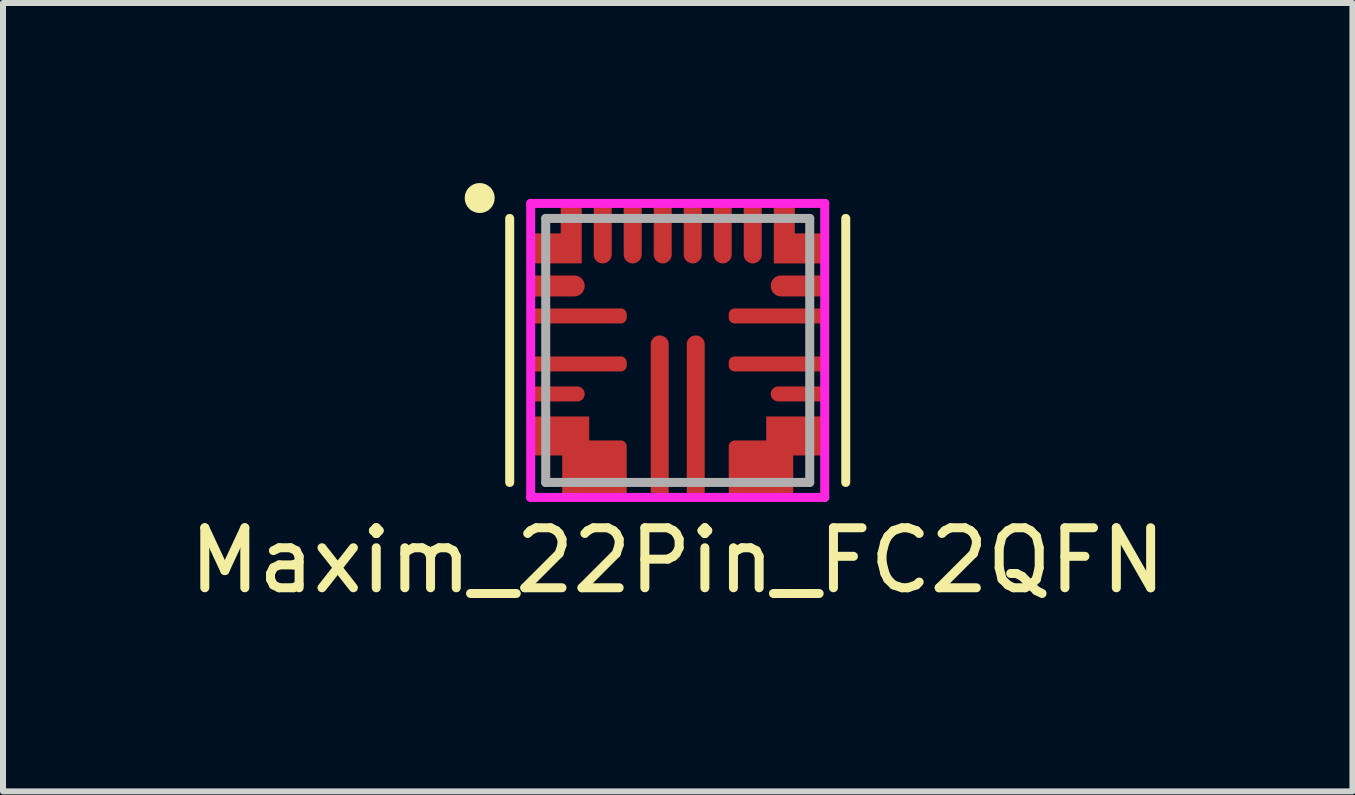
<source format=kicad_pcb>
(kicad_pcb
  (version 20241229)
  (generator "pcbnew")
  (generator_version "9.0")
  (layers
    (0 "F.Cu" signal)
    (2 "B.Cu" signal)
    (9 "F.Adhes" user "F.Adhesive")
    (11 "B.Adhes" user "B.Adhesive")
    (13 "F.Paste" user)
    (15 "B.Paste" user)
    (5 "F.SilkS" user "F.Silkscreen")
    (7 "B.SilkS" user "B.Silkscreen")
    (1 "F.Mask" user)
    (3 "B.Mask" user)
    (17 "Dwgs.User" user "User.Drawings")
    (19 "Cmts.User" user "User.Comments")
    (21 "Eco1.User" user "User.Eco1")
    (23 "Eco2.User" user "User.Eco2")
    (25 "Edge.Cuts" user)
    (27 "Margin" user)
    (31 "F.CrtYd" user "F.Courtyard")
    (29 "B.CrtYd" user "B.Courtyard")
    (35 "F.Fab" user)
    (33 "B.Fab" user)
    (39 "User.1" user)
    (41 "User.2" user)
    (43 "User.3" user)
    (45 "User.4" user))
  (footprint "Maxim_22Pin_FC2QFN"
    (layer "F.Cu")
    (at 8.244 2.79)
    (property "Reference" "Maxim_22Pin_FC2QFN" (at 0 3.5 0) (layer "F.SilkS") (effects (font (size 1 1) (thickness 0.15))))
    (attr through_hole)
    (fp_line (start -2.8 -2.2) (end -2.8 2.2) (stroke (width 0.15) (type solid)) (layer "F.SilkS"))
    (fp_line (start 2.8 -2.2) (end 2.8 2.2) (stroke (width 0.15) (type solid)) (layer "F.SilkS"))
    (fp_circle (center -3.3 -2.54) (end -3.175 -2.54) (stroke (width 0.25) (type solid)) (fill no) (layer "F.SilkS"))
    (fp_line (start -2.45 -2.45) (end -2.45 2.45) (stroke (width 0.15) (type solid)) (layer "F.CrtYd"))
    (fp_line (start -2.45 2.45) (end 2.45 2.45) (stroke (width 0.15) (type solid)) (layer "F.CrtYd"))
    (fp_line (start 2.45 -2.45) (end -2.45 -2.45) (stroke (width 0.15) (type solid)) (layer "F.CrtYd"))
    (fp_line (start 2.45 -2.45) (end 2.45 -2.45) (stroke (width 0.15) (type solid)) (layer "F.CrtYd"))
    (fp_line (start 2.45 2.45) (end 2.45 -2.45) (stroke (width 0.15) (type solid)) (layer "F.CrtYd"))
    (fp_line (start -2.2 -2.2) (end 2.2 -2.2) (stroke (width 0.15) (type solid)) (layer "F.Fab"))
    (fp_line (start -2.2 2.2) (end -2.2 -2.2) (stroke (width 0.15) (type solid)) (layer "F.Fab"))
    (fp_line (start 2.2 -2.2) (end 2.2 2.2) (stroke (width 0.15) (type solid)) (layer "F.Fab"))
    (fp_line (start 2.2 2.2) (end -2.2 2.2) (stroke (width 0.15) (type solid)) (layer "F.Fab"))
    (pad "1" smd custom (at -1.988 -1.075) (size 0.35 0.35) (layers "F.Cu" "F.Mask" "F.Paste") (options (anchor circle)) (primitives (gr_poly (pts (xy -0.438 -0.175) (xy -0.438 0.175) (xy 0.263 0.175) (xy 0.276 0.174) (xy 0.29 0.173) (xy 0.303 0.17) (xy 0.317 0.166) (xy 0.329 0.162) (xy 0.342 0.156) (xy 0.354 0.149) (xy 0.365 0.142) (xy 0.376 0.133) (xy 0.386 0.124) (xy 0.396 0.114) (xy 0.404 0.103) (xy 0.412 0.091) (xy 0.418 0.079) (xy 0.424 0.067) (xy 0.429 0.054) (xy 0.433 0.041) (xy 0.435 0.027) (xy 0.437 0.014) (xy 0.438 0) (xy 0.437 -0.014) (xy 0.435 -0.027) (xy 0.433 -0.041) (xy 0.429 -0.054) (xy 0.424 -0.067) (xy 0.418 -0.079) (xy 0.412 -0.091) (xy 0.404 -0.103) (xy 0.396 -0.114) (xy 0.386 -0.124) (xy 0.376 -0.133) (xy 0.365 -0.142) (xy 0.354 -0.149) (xy 0.342 -0.156) (xy 0.329 -0.162) (xy 0.317 -0.166) (xy 0.303 -0.17) (xy 0.29 -0.173) (xy 0.276 -0.174) (xy 0.263 -0.175) (xy -0.438 -0.175)) (width 0) (fill yes))))
    (pad "2" smd custom (at -1.637 -0.575) (size 0.2 0.2) (layers "F.Cu" "F.Mask" "F.Paste") (options (anchor circle)) (primitives (gr_poly (pts (xy -0.787 -0.125) (xy -0.787 0.125) (xy 0.688 0.125) (xy 0.695 0.125) (xy 0.703 0.124) (xy 0.711 0.122) (xy 0.718 0.12) (xy 0.726 0.117) (xy 0.733 0.114) (xy 0.74 0.11) (xy 0.746 0.106) (xy 0.752 0.101) (xy 0.758 0.096) (xy 0.764 0.09) (xy 0.768 0.084) (xy 0.773 0.077) (xy 0.777 0.07) (xy 0.78 0.063) (xy 0.783 0.056) (xy 0.785 0.048) (xy 0.786 0.041) (xy 0.787 0.033) (xy 0.787 0.025) (xy 0.787 -0.025) (xy 0.787 -0.033) (xy 0.786 -0.041) (xy 0.785 -0.048) (xy 0.783 -0.056) (xy 0.78 -0.063) (xy 0.777 -0.07) (xy 0.773 -0.077) (xy 0.768 -0.084) (xy 0.764 -0.09) (xy 0.758 -0.096) (xy 0.752 -0.101) (xy 0.746 -0.106) (xy 0.74 -0.11) (xy 0.733 -0.114) (xy 0.726 -0.117) (xy 0.718 -0.12) (xy 0.711 -0.122) (xy 0.703 -0.124) (xy 0.695 -0.125) (xy 0.688 -0.125) (xy -0.787 -0.125)) (width 0) (fill yes))))
    (pad "3" smd custom (at -1.637 0.225) (size 0.2 0.2) (layers "F.Cu" "F.Mask" "F.Paste") (options (anchor circle)) (primitives (gr_poly (pts (xy -0.787 -0.125) (xy -0.787 0.125) (xy 0.688 0.125) (xy 0.695 0.125) (xy 0.703 0.124) (xy 0.711 0.122) (xy 0.718 0.12) (xy 0.726 0.117) (xy 0.733 0.114) (xy 0.74 0.11) (xy 0.746 0.106) (xy 0.752 0.101) (xy 0.758 0.096) (xy 0.764 0.09) (xy 0.768 0.084) (xy 0.773 0.077) (xy 0.777 0.07) (xy 0.78 0.063) (xy 0.783 0.056) (xy 0.785 0.048) (xy 0.786 0.041) (xy 0.787 0.033) (xy 0.787 0.025) (xy 0.787 -0.025) (xy 0.787 -0.033) (xy 0.786 -0.041) (xy 0.785 -0.048) (xy 0.783 -0.056) (xy 0.78 -0.063) (xy 0.777 -0.07) (xy 0.773 -0.077) (xy 0.768 -0.084) (xy 0.764 -0.09) (xy 0.758 -0.096) (xy 0.752 -0.101) (xy 0.746 -0.106) (xy 0.74 -0.11) (xy 0.733 -0.114) (xy 0.726 -0.117) (xy 0.718 -0.12) (xy 0.711 -0.122) (xy 0.703 -0.124) (xy 0.695 -0.125) (xy 0.688 -0.125) (xy -0.787 -0.125)) (width 0) (fill yes))))
    (pad "4" smd custom (at -1.988 0.725) (size 0.25 0.25) (layers "F.Cu" "F.Mask" "F.Paste") (options (anchor circle)) (primitives (gr_poly (pts (xy -0.438 -0.125) (xy -0.438 0.125) (xy 0.312 0.125) (xy 0.322 0.125) (xy 0.332 0.123) (xy 0.342 0.122) (xy 0.351 0.119) (xy 0.36 0.115) (xy 0.369 0.111) (xy 0.378 0.107) (xy 0.386 0.101) (xy 0.394 0.095) (xy 0.401 0.088) (xy 0.408 0.081) (xy 0.414 0.073) (xy 0.419 0.065) (xy 0.424 0.057) (xy 0.428 0.048) (xy 0.431 0.039) (xy 0.434 0.029) (xy 0.436 0.02) (xy 0.437 0.01) (xy 0.438 0) (xy 0.437 -0.01) (xy 0.436 -0.02) (xy 0.434 -0.029) (xy 0.431 -0.039) (xy 0.428 -0.048) (xy 0.424 -0.057) (xy 0.419 -0.065) (xy 0.414 -0.073) (xy 0.408 -0.081) (xy 0.401 -0.088) (xy 0.394 -0.095) (xy 0.386 -0.101) (xy 0.378 -0.107) (xy 0.369 -0.111) (xy 0.36 -0.115) (xy 0.351 -0.119) (xy 0.342 -0.122) (xy 0.332 -0.123) (xy 0.322 -0.125) (xy 0.312 -0.125) (xy -0.438 -0.125)) (width 0) (fill yes))))
    (pad "5" smd custom (at -1.95 1.425) (size 0.5 0.5) (layers "F.Cu" "F.Mask" "F.Paste") (options (anchor circle)) (primitives (gr_poly (pts (xy -0.475 -0.325) (xy -0.475 0.325) (xy 0.025 0.325) (xy 0.025 1) (xy 1.1 1) (xy 1.1 0.175) (xy 1.1 0.167) (xy 1.099 0.159) (xy 1.097 0.152) (xy 1.095 0.144) (xy 1.092 0.137) (xy 1.089 0.13) (xy 1.085 0.123) (xy 1.081 0.116) (xy 1.076 0.11) (xy 1.071 0.104) (xy 1.065 0.099) (xy 1.059 0.094) (xy 1.052 0.09) (xy 1.045 0.086) (xy 1.038 0.083) (xy 1.031 0.08) (xy 1.023 0.078) (xy 1.016 0.076) (xy 1.008 0.075) (xy 1 0.075) (xy 0.475 0.075) (xy 0.475 -0.325) (xy -0.475 -0.325)) (width 0) (fill yes))))
    (pad "7" smd custom (at -0.3 1.087) (size 0.3 0.3) (layers "F.Cu" "F.Mask" "F.Paste") (options (anchor circle)) (primitives (gr_poly (pts (xy -0.15 1.337) (xy 0.15 1.337) (xy 0.15 -1.188) (xy 0.15 -1.199) (xy 0.148 -1.211) (xy 0.146 -1.223) (xy 0.143 -1.234) (xy 0.139 -1.245) (xy 0.134 -1.256) (xy 0.128 -1.266) (xy 0.121 -1.276) (xy 0.114 -1.285) (xy 0.106 -1.294) (xy 0.097 -1.302) (xy 0.088 -1.309) (xy 0.078 -1.315) (xy 0.068 -1.321) (xy 0.057 -1.326) (xy 0.046 -1.33) (xy 0.035 -1.333) (xy 0.023 -1.336) (xy 0.012 -1.337) (xy 0 -1.337) (xy -0.012 -1.337) (xy -0.023 -1.336) (xy -0.035 -1.333) (xy -0.046 -1.33) (xy -0.057 -1.326) (xy -0.068 -1.321) (xy -0.078 -1.315) (xy -0.088 -1.309) (xy -0.097 -1.302) (xy -0.106 -1.294) (xy -0.114 -1.285) (xy -0.121 -1.276) (xy -0.128 -1.266) (xy -0.134 -1.256) (xy -0.139 -1.245) (xy -0.143 -1.234) (xy -0.146 -1.223) (xy -0.148 -1.211) (xy -0.15 -1.199) (xy -0.15 -1.188) (xy -0.15 1.337)) (width 0) (fill yes))))
    (pad "8" smd custom (at 0.3 1.087) (size 0.3 0.3) (layers "F.Cu" "F.Mask" "F.Paste") (options (anchor circle)) (primitives (gr_poly (pts (xy -0.15 1.337) (xy 0.15 1.337) (xy 0.15 -1.188) (xy 0.15 -1.199) (xy 0.148 -1.211) (xy 0.146 -1.223) (xy 0.143 -1.234) (xy 0.139 -1.245) (xy 0.134 -1.256) (xy 0.128 -1.266) (xy 0.121 -1.276) (xy 0.114 -1.285) (xy 0.106 -1.294) (xy 0.097 -1.302) (xy 0.088 -1.309) (xy 0.078 -1.315) (xy 0.068 -1.321) (xy 0.057 -1.326) (xy 0.046 -1.33) (xy 0.035 -1.333) (xy 0.023 -1.336) (xy 0.012 -1.337) (xy 0 -1.337) (xy -0.012 -1.337) (xy -0.023 -1.336) (xy -0.035 -1.333) (xy -0.046 -1.33) (xy -0.057 -1.326) (xy -0.068 -1.321) (xy -0.078 -1.315) (xy -0.088 -1.309) (xy -0.097 -1.302) (xy -0.106 -1.294) (xy -0.114 -1.285) (xy -0.121 -1.276) (xy -0.128 -1.266) (xy -0.134 -1.256) (xy -0.139 -1.245) (xy -0.143 -1.234) (xy -0.146 -1.223) (xy -0.148 -1.211) (xy -0.15 -1.199) (xy -0.15 -1.188) (xy -0.15 1.337)) (width 0) (fill yes))))
    (pad "9" smd custom (at 1.95 1.425) (size 0.5 0.5) (layers "F.Cu" "F.Mask" "F.Paste") (options (anchor circle)) (primitives (gr_poly (pts (xy 0.475 -0.325) (xy -0.475 -0.325) (xy -0.475 0.075) (xy -1 0.075) (xy -1.008 0.075) (xy -1.016 0.076) (xy -1.023 0.078) (xy -1.031 0.08) (xy -1.038 0.083) (xy -1.045 0.086) (xy -1.052 0.09) (xy -1.059 0.094) (xy -1.065 0.099) (xy -1.071 0.104) (xy -1.076 0.11) (xy -1.081 0.116) (xy -1.085 0.123) (xy -1.089 0.13) (xy -1.092 0.137) (xy -1.095 0.144) (xy -1.097 0.152) (xy -1.099 0.159) (xy -1.1 0.167) (xy -1.1 0.175) (xy -1.1 1) (xy -0.025 1) (xy -0.025 0.325) (xy 0.475 0.325) (xy 0.475 -0.325)) (width 0) (fill yes))))
    (pad "11" smd custom (at 1.988 0.725) (size 0.25 0.25) (layers "F.Cu" "F.Mask" "F.Paste") (options (anchor circle)) (primitives (gr_poly (pts (xy 0.438 0.125) (xy 0.438 -0.125) (xy -0.312 -0.125) (xy -0.322 -0.125) (xy -0.332 -0.123) (xy -0.342 -0.122) (xy -0.351 -0.119) (xy -0.36 -0.115) (xy -0.369 -0.111) (xy -0.378 -0.107) (xy -0.386 -0.101) (xy -0.394 -0.095) (xy -0.401 -0.088) (xy -0.408 -0.081) (xy -0.414 -0.073) (xy -0.419 -0.065) (xy -0.424 -0.057) (xy -0.428 -0.048) (xy -0.431 -0.039) (xy -0.434 -0.029) (xy -0.436 -0.02) (xy -0.437 -0.01) (xy -0.438 0) (xy -0.437 0.01) (xy -0.436 0.02) (xy -0.434 0.029) (xy -0.431 0.039) (xy -0.428 0.048) (xy -0.424 0.057) (xy -0.419 0.065) (xy -0.414 0.073) (xy -0.408 0.081) (xy -0.401 0.088) (xy -0.394 0.095) (xy -0.386 0.101) (xy -0.378 0.107) (xy -0.369 0.111) (xy -0.36 0.115) (xy -0.351 0.119) (xy -0.342 0.122) (xy -0.332 0.123) (xy -0.322 0.125) (xy -0.312 0.125) (xy 0.438 0.125)) (width 0) (fill yes))))
    (pad "12" smd custom (at 1.637 0.225) (size 0.2 0.2) (layers "F.Cu" "F.Mask" "F.Paste") (options (anchor circle)) (primitives (gr_poly (pts (xy 0.787 0.125) (xy 0.787 -0.125) (xy -0.688 -0.125) (xy -0.695 -0.125) (xy -0.703 -0.124) (xy -0.711 -0.122) (xy -0.718 -0.12) (xy -0.726 -0.117) (xy -0.733 -0.114) (xy -0.74 -0.11) (xy -0.746 -0.106) (xy -0.752 -0.101) (xy -0.758 -0.096) (xy -0.764 -0.09) (xy -0.768 -0.084) (xy -0.773 -0.077) (xy -0.777 -0.07) (xy -0.78 -0.063) (xy -0.783 -0.056) (xy -0.785 -0.048) (xy -0.786 -0.041) (xy -0.787 -0.033) (xy -0.787 -0.025) (xy -0.787 0.025) (xy -0.787 0.033) (xy -0.786 0.041) (xy -0.785 0.048) (xy -0.783 0.056) (xy -0.78 0.063) (xy -0.777 0.07) (xy -0.773 0.077) (xy -0.768 0.084) (xy -0.764 0.09) (xy -0.758 0.096) (xy -0.752 0.101) (xy -0.746 0.106) (xy -0.74 0.11) (xy -0.733 0.114) (xy -0.726 0.117) (xy -0.718 0.12) (xy -0.711 0.122) (xy -0.703 0.124) (xy -0.695 0.125) (xy -0.688 0.125) (xy 0.787 0.125)) (width 0) (fill yes))))
    (pad "13" smd custom (at 1.637 -0.575) (size 0.2 0.2) (layers "F.Cu" "F.Mask" "F.Paste") (options (anchor circle)) (primitives (gr_poly (pts (xy 0.787 0.125) (xy 0.787 -0.125) (xy -0.688 -0.125) (xy -0.695 -0.125) (xy -0.703 -0.124) (xy -0.711 -0.122) (xy -0.718 -0.12) (xy -0.726 -0.117) (xy -0.733 -0.114) (xy -0.74 -0.11) (xy -0.746 -0.106) (xy -0.752 -0.101) (xy -0.758 -0.096) (xy -0.764 -0.09) (xy -0.768 -0.084) (xy -0.773 -0.077) (xy -0.777 -0.07) (xy -0.78 -0.063) (xy -0.783 -0.056) (xy -0.785 -0.048) (xy -0.786 -0.041) (xy -0.787 -0.033) (xy -0.787 -0.025) (xy -0.787 0.025) (xy -0.787 0.033) (xy -0.786 0.041) (xy -0.785 0.048) (xy -0.783 0.056) (xy -0.78 0.063) (xy -0.777 0.07) (xy -0.773 0.077) (xy -0.768 0.084) (xy -0.764 0.09) (xy -0.758 0.096) (xy -0.752 0.101) (xy -0.746 0.106) (xy -0.74 0.11) (xy -0.733 0.114) (xy -0.726 0.117) (xy -0.718 0.12) (xy -0.711 0.122) (xy -0.703 0.124) (xy -0.695 0.125) (xy -0.688 0.125) (xy 0.787 0.125)) (width 0) (fill yes))))
    (pad "14" smd custom (at 1.988 -1.075) (size 0.35 0.35) (layers "F.Cu" "F.Mask" "F.Paste") (options (anchor circle)) (primitives (gr_poly (pts (xy 0.438 0.175) (xy 0.438 -0.175) (xy -0.263 -0.175) (xy -0.276 -0.174) (xy -0.29 -0.173) (xy -0.303 -0.17) (xy -0.317 -0.166) (xy -0.329 -0.162) (xy -0.342 -0.156) (xy -0.354 -0.149) (xy -0.365 -0.142) (xy -0.376 -0.133) (xy -0.386 -0.124) (xy -0.396 -0.114) (xy -0.404 -0.103) (xy -0.412 -0.091) (xy -0.418 -0.079) (xy -0.424 -0.067) (xy -0.429 -0.054) (xy -0.433 -0.041) (xy -0.435 -0.027) (xy -0.437 -0.014) (xy -0.438 0) (xy -0.437 0.014) (xy -0.435 0.027) (xy -0.433 0.041) (xy -0.429 0.054) (xy -0.424 0.067) (xy -0.418 0.079) (xy -0.412 0.091) (xy -0.404 0.103) (xy -0.396 0.114) (xy -0.386 0.124) (xy -0.376 0.133) (xy -0.365 0.142) (xy -0.354 0.149) (xy -0.342 0.156) (xy -0.329 0.162) (xy -0.317 0.166) (xy -0.303 0.17) (xy -0.29 0.173) (xy -0.276 0.174) (xy -0.263 0.175) (xy 0.438 0.175)) (width 0) (fill yes))))
    (pad "15" smd custom (at 2.013 -1.7) (size 0.2 0.2) (layers "F.Cu" "F.Mask" "F.Paste") (options (anchor circle)) (primitives (gr_poly (pts (xy 0.412 0.25) (xy 0.412 -0.25) (xy -0.062 -0.25) (xy -0.062 -0.725) (xy -0.412 -0.725) (xy -0.412 0.25) (xy 0.412 0.25)) (width 0) (fill yes))))
    (pad "16" smd custom (at 1.25 -1.938) (size 0.3 0.3) (layers "F.Cu" "F.Mask" "F.Paste") (options (anchor circle)) (primitives (gr_poly (pts (xy 0.15 -0.487) (xy -0.15 -0.487) (xy -0.15 0.338) (xy -0.15 0.349) (xy -0.148 0.361) (xy -0.146 0.373) (xy -0.143 0.384) (xy -0.139 0.395) (xy -0.134 0.406) (xy -0.128 0.416) (xy -0.121 0.426) (xy -0.114 0.435) (xy -0.106 0.444) (xy -0.097 0.452) (xy -0.088 0.459) (xy -0.078 0.465) (xy -0.068 0.471) (xy -0.057 0.476) (xy -0.046 0.48) (xy -0.035 0.483) (xy -0.023 0.486) (xy -0.012 0.487) (xy 0 0.487) (xy 0.012 0.487) (xy 0.023 0.486) (xy 0.035 0.483) (xy 0.046 0.48) (xy 0.057 0.476) (xy 0.068 0.471) (xy 0.078 0.465) (xy 0.088 0.459) (xy 0.097 0.452) (xy 0.106 0.444) (xy 0.114 0.435) (xy 0.121 0.426) (xy 0.128 0.416) (xy 0.134 0.406) (xy 0.139 0.395) (xy 0.143 0.384) (xy 0.146 0.373) (xy 0.148 0.361) (xy 0.15 0.349) (xy 0.15 0.338) (xy 0.15 -0.487)) (width 0) (fill yes))))
    (pad "17" smd custom (at 0.75 -1.938) (size 0.3 0.3) (layers "F.Cu" "F.Mask" "F.Paste") (options (anchor circle)) (primitives (gr_poly (pts (xy 0.15 -0.487) (xy -0.15 -0.487) (xy -0.15 0.338) (xy -0.15 0.349) (xy -0.148 0.361) (xy -0.146 0.373) (xy -0.143 0.384) (xy -0.139 0.395) (xy -0.134 0.406) (xy -0.128 0.416) (xy -0.121 0.426) (xy -0.114 0.435) (xy -0.106 0.444) (xy -0.097 0.452) (xy -0.088 0.459) (xy -0.078 0.465) (xy -0.068 0.471) (xy -0.057 0.476) (xy -0.046 0.48) (xy -0.035 0.483) (xy -0.023 0.486) (xy -0.012 0.487) (xy 0 0.487) (xy 0.012 0.487) (xy 0.023 0.486) (xy 0.035 0.483) (xy 0.046 0.48) (xy 0.057 0.476) (xy 0.068 0.471) (xy 0.078 0.465) (xy 0.088 0.459) (xy 0.097 0.452) (xy 0.106 0.444) (xy 0.114 0.435) (xy 0.121 0.426) (xy 0.128 0.416) (xy 0.134 0.406) (xy 0.139 0.395) (xy 0.143 0.384) (xy 0.146 0.373) (xy 0.148 0.361) (xy 0.15 0.349) (xy 0.15 0.338) (xy 0.15 -0.487)) (width 0) (fill yes))))
    (pad "18" smd custom (at 0.25 -1.938) (size 0.3 0.3) (layers "F.Cu" "F.Mask" "F.Paste") (options (anchor circle)) (primitives (gr_poly (pts (xy 0.15 -0.487) (xy -0.15 -0.487) (xy -0.15 0.338) (xy -0.15 0.349) (xy -0.148 0.361) (xy -0.146 0.373) (xy -0.143 0.384) (xy -0.139 0.395) (xy -0.134 0.406) (xy -0.128 0.416) (xy -0.121 0.426) (xy -0.114 0.435) (xy -0.106 0.444) (xy -0.097 0.452) (xy -0.088 0.459) (xy -0.078 0.465) (xy -0.068 0.471) (xy -0.057 0.476) (xy -0.046 0.48) (xy -0.035 0.483) (xy -0.023 0.486) (xy -0.012 0.487) (xy 0 0.487) (xy 0.012 0.487) (xy 0.023 0.486) (xy 0.035 0.483) (xy 0.046 0.48) (xy 0.057 0.476) (xy 0.068 0.471) (xy 0.078 0.465) (xy 0.088 0.459) (xy 0.097 0.452) (xy 0.106 0.444) (xy 0.114 0.435) (xy 0.121 0.426) (xy 0.128 0.416) (xy 0.134 0.406) (xy 0.139 0.395) (xy 0.143 0.384) (xy 0.146 0.373) (xy 0.148 0.361) (xy 0.15 0.349) (xy 0.15 0.338) (xy 0.15 -0.487)) (width 0) (fill yes))))
    (pad "19" smd custom (at -0.25 -1.938) (size 0.3 0.3) (layers "F.Cu" "F.Mask" "F.Paste") (options (anchor circle)) (primitives (gr_poly (pts (xy 0.15 -0.487) (xy -0.15 -0.487) (xy -0.15 0.338) (xy -0.15 0.349) (xy -0.148 0.361) (xy -0.146 0.373) (xy -0.143 0.384) (xy -0.139 0.395) (xy -0.134 0.406) (xy -0.128 0.416) (xy -0.121 0.426) (xy -0.114 0.435) (xy -0.106 0.444) (xy -0.097 0.452) (xy -0.088 0.459) (xy -0.078 0.465) (xy -0.068 0.471) (xy -0.057 0.476) (xy -0.046 0.48) (xy -0.035 0.483) (xy -0.023 0.486) (xy -0.012 0.487) (xy 0 0.487) (xy 0.012 0.487) (xy 0.023 0.486) (xy 0.035 0.483) (xy 0.046 0.48) (xy 0.057 0.476) (xy 0.068 0.471) (xy 0.078 0.465) (xy 0.088 0.459) (xy 0.097 0.452) (xy 0.106 0.444) (xy 0.114 0.435) (xy 0.121 0.426) (xy 0.128 0.416) (xy 0.134 0.406) (xy 0.139 0.395) (xy 0.143 0.384) (xy 0.146 0.373) (xy 0.148 0.361) (xy 0.15 0.349) (xy 0.15 0.338) (xy 0.15 -0.487)) (width 0) (fill yes))))
    (pad "20" smd custom (at -0.75 -1.938) (size 0.3 0.3) (layers "F.Cu" "F.Mask" "F.Paste") (options (anchor circle)) (primitives (gr_poly (pts (xy 0.15 -0.487) (xy -0.15 -0.487) (xy -0.15 0.338) (xy -0.15 0.349) (xy -0.148 0.361) (xy -0.146 0.373) (xy -0.143 0.384) (xy -0.139 0.395) (xy -0.134 0.406) (xy -0.128 0.416) (xy -0.121 0.426) (xy -0.114 0.435) (xy -0.106 0.444) (xy -0.097 0.452) (xy -0.088 0.459) (xy -0.078 0.465) (xy -0.068 0.471) (xy -0.057 0.476) (xy -0.046 0.48) (xy -0.035 0.483) (xy -0.023 0.486) (xy -0.012 0.487) (xy 0 0.487) (xy 0.012 0.487) (xy 0.023 0.486) (xy 0.035 0.483) (xy 0.046 0.48) (xy 0.057 0.476) (xy 0.068 0.471) (xy 0.078 0.465) (xy 0.088 0.459) (xy 0.097 0.452) (xy 0.106 0.444) (xy 0.114 0.435) (xy 0.121 0.426) (xy 0.128 0.416) (xy 0.134 0.406) (xy 0.139 0.395) (xy 0.143 0.384) (xy 0.146 0.373) (xy 0.148 0.361) (xy 0.15 0.349) (xy 0.15 0.338) (xy 0.15 -0.487)) (width 0) (fill yes))))
    (pad "21" smd custom (at -1.25 -1.938) (size 0.3 0.3) (layers "F.Cu" "F.Mask" "F.Paste") (options (anchor circle)) (primitives (gr_poly (pts (xy 0.15 -0.487) (xy -0.15 -0.487) (xy -0.15 0.338) (xy -0.15 0.349) (xy -0.148 0.361) (xy -0.146 0.373) (xy -0.143 0.384) (xy -0.139 0.395) (xy -0.134 0.406) (xy -0.128 0.416) (xy -0.121 0.426) (xy -0.114 0.435) (xy -0.106 0.444) (xy -0.097 0.452) (xy -0.088 0.459) (xy -0.078 0.465) (xy -0.068 0.471) (xy -0.057 0.476) (xy -0.046 0.48) (xy -0.035 0.483) (xy -0.023 0.486) (xy -0.012 0.487) (xy 0 0.487) (xy 0.012 0.487) (xy 0.023 0.486) (xy 0.035 0.483) (xy 0.046 0.48) (xy 0.057 0.476) (xy 0.068 0.471) (xy 0.078 0.465) (xy 0.088 0.459) (xy 0.097 0.452) (xy 0.106 0.444) (xy 0.114 0.435) (xy 0.121 0.426) (xy 0.128 0.416) (xy 0.134 0.406) (xy 0.139 0.395) (xy 0.143 0.384) (xy 0.146 0.373) (xy 0.148 0.361) (xy 0.15 0.349) (xy 0.15 0.338) (xy 0.15 -0.487)) (width 0) (fill yes))))
    (pad "22" smd custom (at -1.775 -1.938) (size 0.2 0.2) (layers "F.Cu" "F.Mask" "F.Paste") (options (anchor circle)) (primitives (gr_poly (pts (xy -0.65 0.487) (xy 0.175 0.487) (xy 0.175 -0.487) (xy -0.175 -0.487) (xy -0.175 -0.013) (xy -0.65 -0.013) (xy -0.65 0.487)) (width 0) (fill yes)))))
  (gr_rect
    (start -3 -3)
    (end 19.488 10.138)
    (stroke (width 0.1) (type default))
    (fill no)
    (layer "Edge.Cuts")))
</source>
